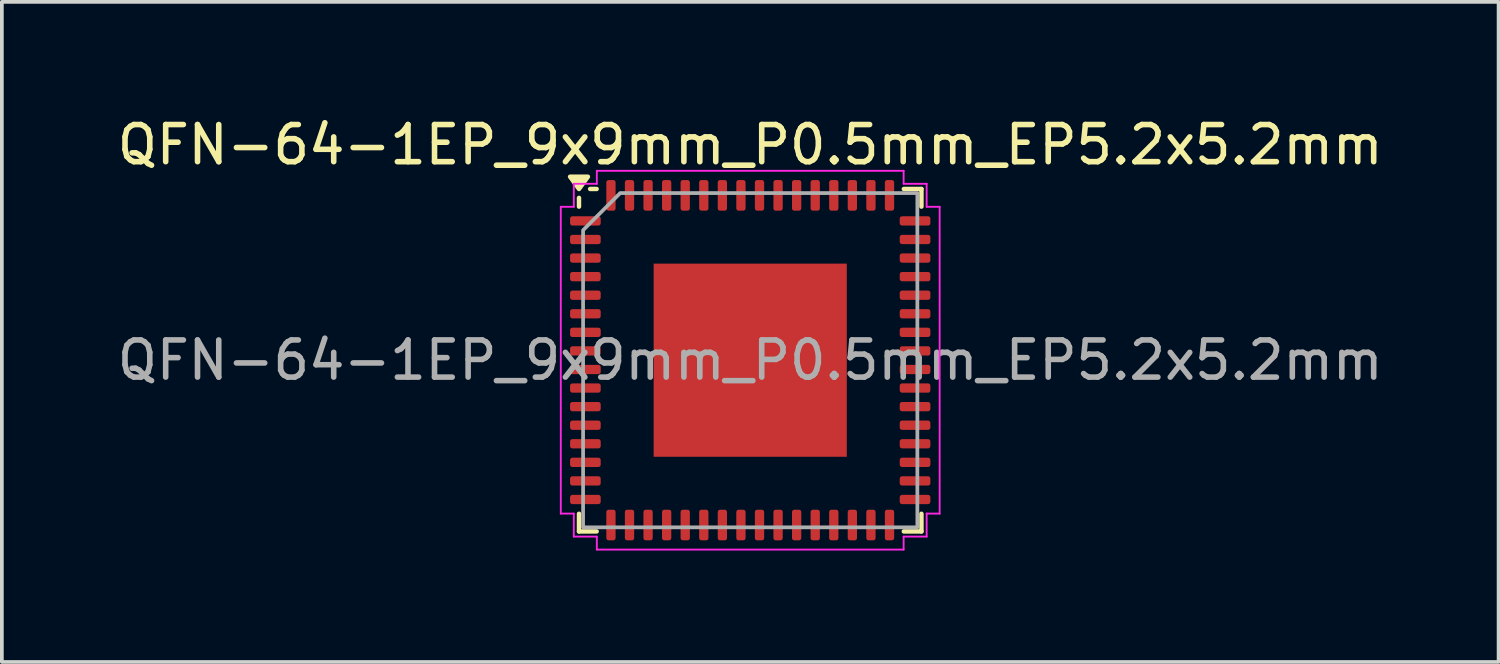
<source format=kicad_pcb>
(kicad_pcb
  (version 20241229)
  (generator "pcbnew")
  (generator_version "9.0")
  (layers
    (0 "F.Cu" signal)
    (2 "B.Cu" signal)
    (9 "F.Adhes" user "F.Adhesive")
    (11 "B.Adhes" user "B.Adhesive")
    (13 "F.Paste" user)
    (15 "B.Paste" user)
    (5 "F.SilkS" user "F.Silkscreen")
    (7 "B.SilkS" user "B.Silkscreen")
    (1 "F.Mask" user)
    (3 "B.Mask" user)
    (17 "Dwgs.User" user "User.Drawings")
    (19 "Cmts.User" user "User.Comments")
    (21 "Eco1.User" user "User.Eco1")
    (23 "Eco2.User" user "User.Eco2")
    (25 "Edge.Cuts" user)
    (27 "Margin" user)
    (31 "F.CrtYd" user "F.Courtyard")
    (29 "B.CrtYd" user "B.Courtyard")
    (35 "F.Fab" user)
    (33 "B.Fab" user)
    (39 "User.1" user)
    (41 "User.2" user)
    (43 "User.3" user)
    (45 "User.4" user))
  (footprint "QFN-64-1EP_9x9mm_P0.5mm_EP5.2x5.2mm"
    (layer "F.Cu")
    (at 17.149 6.648)
    (property "Reference" "QFN-64-1EP_9x9mm_P0.5mm_EP5.2x5.2mm" (at 0 -5.8 0) (layer "F.SilkS") (effects (font (size 1 1) (thickness 0.15))))
    (attr smd)
    (fp_line (start -4.61 -4.135) (end -4.61 -4.37) (stroke (width 0.12) (type solid)) (layer "F.SilkS"))
    (fp_line (start -4.61 4.61) (end -4.61 4.135) (stroke (width 0.12) (type solid)) (layer "F.SilkS"))
    (fp_line (start -4.135 -4.61) (end -4.31 -4.61) (stroke (width 0.12) (type solid)) (layer "F.SilkS"))
    (fp_line (start -4.135 4.61) (end -4.61 4.61) (stroke (width 0.12) (type solid)) (layer "F.SilkS"))
    (fp_line (start 4.135 -4.61) (end 4.61 -4.61) (stroke (width 0.12) (type solid)) (layer "F.SilkS"))
    (fp_line (start 4.135 4.61) (end 4.61 4.61) (stroke (width 0.12) (type solid)) (layer "F.SilkS"))
    (fp_line (start 4.61 -4.61) (end 4.61 -4.135) (stroke (width 0.12) (type solid)) (layer "F.SilkS"))
    (fp_line (start 4.61 4.61) (end 4.61 4.135) (stroke (width 0.12) (type solid)) (layer "F.SilkS"))
    (fp_poly (pts (xy -4.61 -4.61) (xy -4.85 -4.94) (xy -4.37 -4.94)) (stroke (width 0.12) (type solid)) (fill yes) (layer "F.SilkS"))
    (fp_line (start -5.1 -4.13) (end -4.75 -4.13) (stroke (width 0.05) (type solid)) (layer "F.CrtYd"))
    (fp_line (start -5.1 4.13) (end -5.1 -4.13) (stroke (width 0.05) (type solid)) (layer "F.CrtYd"))
    (fp_line (start -4.75 -4.75) (end -4.13 -4.75) (stroke (width 0.05) (type solid)) (layer "F.CrtYd"))
    (fp_line (start -4.75 -4.13) (end -4.75 -4.75) (stroke (width 0.05) (type solid)) (layer "F.CrtYd"))
    (fp_line (start -4.75 4.13) (end -5.1 4.13) (stroke (width 0.05) (type solid)) (layer "F.CrtYd"))
    (fp_line (start -4.75 4.75) (end -4.75 4.13) (stroke (width 0.05) (type solid)) (layer "F.CrtYd"))
    (fp_line (start -4.13 -5.1) (end 4.13 -5.1) (stroke (width 0.05) (type solid)) (layer "F.CrtYd"))
    (fp_line (start -4.13 -4.75) (end -4.13 -5.1) (stroke (width 0.05) (type solid)) (layer "F.CrtYd"))
    (fp_line (start -4.13 4.75) (end -4.75 4.75) (stroke (width 0.05) (type solid)) (layer "F.CrtYd"))
    (fp_line (start -4.13 5.1) (end -4.13 4.75) (stroke (width 0.05) (type solid)) (layer "F.CrtYd"))
    (fp_line (start 4.13 -5.1) (end 4.13 -4.75) (stroke (width 0.05) (type solid)) (layer "F.CrtYd"))
    (fp_line (start 4.13 -4.75) (end 4.75 -4.75) (stroke (width 0.05) (type solid)) (layer "F.CrtYd"))
    (fp_line (start 4.13 4.75) (end 4.13 5.1) (stroke (width 0.05) (type solid)) (layer "F.CrtYd"))
    (fp_line (start 4.13 5.1) (end -4.13 5.1) (stroke (width 0.05) (type solid)) (layer "F.CrtYd"))
    (fp_line (start 4.75 -4.75) (end 4.75 -4.13) (stroke (width 0.05) (type solid)) (layer "F.CrtYd"))
    (fp_line (start 4.75 -4.13) (end 5.1 -4.13) (stroke (width 0.05) (type solid)) (layer "F.CrtYd"))
    (fp_line (start 4.75 4.13) (end 4.75 4.75) (stroke (width 0.05) (type solid)) (layer "F.CrtYd"))
    (fp_line (start 4.75 4.75) (end 4.13 4.75) (stroke (width 0.05) (type solid)) (layer "F.CrtYd"))
    (fp_line (start 5.1 -4.13) (end 5.1 4.13) (stroke (width 0.05) (type solid)) (layer "F.CrtYd"))
    (fp_line (start 5.1 4.13) (end 4.75 4.13) (stroke (width 0.05) (type solid)) (layer "F.CrtYd"))
    (fp_poly (pts (xy -4.5 -3.5) (xy -4.5 4.5) (xy 4.5 4.5) (xy 4.5 -4.5) (xy -3.5 -4.5)) (stroke (width 0.1) (type solid)) (fill no) (layer "F.Fab"))
    (fp_text user "${REFERENCE}" (at 0 0 0) (layer "F.Fab") (effects (font (size 1 1) (thickness 0.15))))
    (pad "" smd roundrect (at -1.95 -1.95) (size 1.05 1.05) (layers "F.Paste") (roundrect_rratio 0.238))
    (pad "" smd roundrect (at -1.95 -0.65) (size 1.05 1.05) (layers "F.Paste") (roundrect_rratio 0.238))
    (pad "" smd roundrect (at -1.95 0.65) (size 1.05 1.05) (layers "F.Paste") (roundrect_rratio 0.238))
    (pad "" smd roundrect (at -1.95 1.95) (size 1.05 1.05) (layers "F.Paste") (roundrect_rratio 0.238))
    (pad "" smd roundrect (at -0.65 -1.95) (size 1.05 1.05) (layers "F.Paste") (roundrect_rratio 0.238))
    (pad "" smd roundrect (at -0.65 -0.65) (size 1.05 1.05) (layers "F.Paste") (roundrect_rratio 0.238))
    (pad "" smd roundrect (at -0.65 0.65) (size 1.05 1.05) (layers "F.Paste") (roundrect_rratio 0.238))
    (pad "" smd roundrect (at -0.65 1.95) (size 1.05 1.05) (layers "F.Paste") (roundrect_rratio 0.238))
    (pad "" smd roundrect (at 0.65 -1.95) (size 1.05 1.05) (layers "F.Paste") (roundrect_rratio 0.238))
    (pad "" smd roundrect (at 0.65 -0.65) (size 1.05 1.05) (layers "F.Paste") (roundrect_rratio 0.238))
    (pad "" smd roundrect (at 0.65 0.65) (size 1.05 1.05) (layers "F.Paste") (roundrect_rratio 0.238))
    (pad "" smd roundrect (at 0.65 1.95) (size 1.05 1.05) (layers "F.Paste") (roundrect_rratio 0.238))
    (pad "" smd roundrect (at 1.95 -1.95) (size 1.05 1.05) (layers "F.Paste") (roundrect_rratio 0.238))
    (pad "" smd roundrect (at 1.95 -0.65) (size 1.05 1.05) (layers "F.Paste") (roundrect_rratio 0.238))
    (pad "" smd roundrect (at 1.95 0.65) (size 1.05 1.05) (layers "F.Paste") (roundrect_rratio 0.238))
    (pad "" smd roundrect (at 1.95 1.95) (size 1.05 1.05) (layers "F.Paste") (roundrect_rratio 0.238))
    (pad "1" smd roundrect (at -4.438 -3.75) (size 0.825 0.25) (layers "F.Cu" "F.Mask" "F.Paste") (roundrect_rratio 0.25))
    (pad "2" smd roundrect (at -4.438 -3.25) (size 0.825 0.25) (layers "F.Cu" "F.Mask" "F.Paste") (roundrect_rratio 0.25))
    (pad "3" smd roundrect (at -4.438 -2.75) (size 0.825 0.25) (layers "F.Cu" "F.Mask" "F.Paste") (roundrect_rratio 0.25))
    (pad "4" smd roundrect (at -4.438 -2.25) (size 0.825 0.25) (layers "F.Cu" "F.Mask" "F.Paste") (roundrect_rratio 0.25))
    (pad "5" smd roundrect (at -4.438 -1.75) (size 0.825 0.25) (layers "F.Cu" "F.Mask" "F.Paste") (roundrect_rratio 0.25))
    (pad "6" smd roundrect (at -4.438 -1.25) (size 0.825 0.25) (layers "F.Cu" "F.Mask" "F.Paste") (roundrect_rratio 0.25))
    (pad "7" smd roundrect (at -4.438 -0.75) (size 0.825 0.25) (layers "F.Cu" "F.Mask" "F.Paste") (roundrect_rratio 0.25))
    (pad "8" smd roundrect (at -4.438 -0.25) (size 0.825 0.25) (layers "F.Cu" "F.Mask" "F.Paste") (roundrect_rratio 0.25))
    (pad "9" smd roundrect (at -4.438 0.25) (size 0.825 0.25) (layers "F.Cu" "F.Mask" "F.Paste") (roundrect_rratio 0.25))
    (pad "10" smd roundrect (at -4.438 0.75) (size 0.825 0.25) (layers "F.Cu" "F.Mask" "F.Paste") (roundrect_rratio 0.25))
    (pad "11" smd roundrect (at -4.438 1.25) (size 0.825 0.25) (layers "F.Cu" "F.Mask" "F.Paste") (roundrect_rratio 0.25))
    (pad "12" smd roundrect (at -4.438 1.75) (size 0.825 0.25) (layers "F.Cu" "F.Mask" "F.Paste") (roundrect_rratio 0.25))
    (pad "13" smd roundrect (at -4.438 2.25) (size 0.825 0.25) (layers "F.Cu" "F.Mask" "F.Paste") (roundrect_rratio 0.25))
    (pad "14" smd roundrect (at -4.438 2.75) (size 0.825 0.25) (layers "F.Cu" "F.Mask" "F.Paste") (roundrect_rratio 0.25))
    (pad "15" smd roundrect (at -4.438 3.25) (size 0.825 0.25) (layers "F.Cu" "F.Mask" "F.Paste") (roundrect_rratio 0.25))
    (pad "16" smd roundrect (at -4.438 3.75) (size 0.825 0.25) (layers "F.Cu" "F.Mask" "F.Paste") (roundrect_rratio 0.25))
    (pad "17" smd roundrect (at -3.75 4.438) (size 0.25 0.825) (layers "F.Cu" "F.Mask" "F.Paste") (roundrect_rratio 0.25))
    (pad "18" smd roundrect (at -3.25 4.438) (size 0.25 0.825) (layers "F.Cu" "F.Mask" "F.Paste") (roundrect_rratio 0.25))
    (pad "19" smd roundrect (at -2.75 4.438) (size 0.25 0.825) (layers "F.Cu" "F.Mask" "F.Paste") (roundrect_rratio 0.25))
    (pad "20" smd roundrect (at -2.25 4.438) (size 0.25 0.825) (layers "F.Cu" "F.Mask" "F.Paste") (roundrect_rratio 0.25))
    (pad "21" smd roundrect (at -1.75 4.438) (size 0.25 0.825) (layers "F.Cu" "F.Mask" "F.Paste") (roundrect_rratio 0.25))
    (pad "22" smd roundrect (at -1.25 4.438) (size 0.25 0.825) (layers "F.Cu" "F.Mask" "F.Paste") (roundrect_rratio 0.25))
    (pad "23" smd roundrect (at -0.75 4.438) (size 0.25 0.825) (layers "F.Cu" "F.Mask" "F.Paste") (roundrect_rratio 0.25))
    (pad "24" smd roundrect (at -0.25 4.438) (size 0.25 0.825) (layers "F.Cu" "F.Mask" "F.Paste") (roundrect_rratio 0.25))
    (pad "25" smd roundrect (at 0.25 4.438) (size 0.25 0.825) (layers "F.Cu" "F.Mask" "F.Paste") (roundrect_rratio 0.25))
    (pad "26" smd roundrect (at 0.75 4.438) (size 0.25 0.825) (layers "F.Cu" "F.Mask" "F.Paste") (roundrect_rratio 0.25))
    (pad "27" smd roundrect (at 1.25 4.438) (size 0.25 0.825) (layers "F.Cu" "F.Mask" "F.Paste") (roundrect_rratio 0.25))
    (pad "28" smd roundrect (at 1.75 4.438) (size 0.25 0.825) (layers "F.Cu" "F.Mask" "F.Paste") (roundrect_rratio 0.25))
    (pad "29" smd roundrect (at 2.25 4.438) (size 0.25 0.825) (layers "F.Cu" "F.Mask" "F.Paste") (roundrect_rratio 0.25))
    (pad "30" smd roundrect (at 2.75 4.438) (size 0.25 0.825) (layers "F.Cu" "F.Mask" "F.Paste") (roundrect_rratio 0.25))
    (pad "31" smd roundrect (at 3.25 4.438) (size 0.25 0.825) (layers "F.Cu" "F.Mask" "F.Paste") (roundrect_rratio 0.25))
    (pad "32" smd roundrect (at 3.75 4.438) (size 0.25 0.825) (layers "F.Cu" "F.Mask" "F.Paste") (roundrect_rratio 0.25))
    (pad "33" smd roundrect (at 4.438 3.75) (size 0.825 0.25) (layers "F.Cu" "F.Mask" "F.Paste") (roundrect_rratio 0.25))
    (pad "34" smd roundrect (at 4.438 3.25) (size 0.825 0.25) (layers "F.Cu" "F.Mask" "F.Paste") (roundrect_rratio 0.25))
    (pad "35" smd roundrect (at 4.438 2.75) (size 0.825 0.25) (layers "F.Cu" "F.Mask" "F.Paste") (roundrect_rratio 0.25))
    (pad "36" smd roundrect (at 4.438 2.25) (size 0.825 0.25) (layers "F.Cu" "F.Mask" "F.Paste") (roundrect_rratio 0.25))
    (pad "37" smd roundrect (at 4.438 1.75) (size 0.825 0.25) (layers "F.Cu" "F.Mask" "F.Paste") (roundrect_rratio 0.25))
    (pad "38" smd roundrect (at 4.438 1.25) (size 0.825 0.25) (layers "F.Cu" "F.Mask" "F.Paste") (roundrect_rratio 0.25))
    (pad "39" smd roundrect (at 4.438 0.75) (size 0.825 0.25) (layers "F.Cu" "F.Mask" "F.Paste") (roundrect_rratio 0.25))
    (pad "40" smd roundrect (at 4.438 0.25) (size 0.825 0.25) (layers "F.Cu" "F.Mask" "F.Paste") (roundrect_rratio 0.25))
    (pad "41" smd roundrect (at 4.438 -0.25) (size 0.825 0.25) (layers "F.Cu" "F.Mask" "F.Paste") (roundrect_rratio 0.25))
    (pad "42" smd roundrect (at 4.438 -0.75) (size 0.825 0.25) (layers "F.Cu" "F.Mask" "F.Paste") (roundrect_rratio 0.25))
    (pad "43" smd roundrect (at 4.438 -1.25) (size 0.825 0.25) (layers "F.Cu" "F.Mask" "F.Paste") (roundrect_rratio 0.25))
    (pad "44" smd roundrect (at 4.438 -1.75) (size 0.825 0.25) (layers "F.Cu" "F.Mask" "F.Paste") (roundrect_rratio 0.25))
    (pad "45" smd roundrect (at 4.438 -2.25) (size 0.825 0.25) (layers "F.Cu" "F.Mask" "F.Paste") (roundrect_rratio 0.25))
    (pad "46" smd roundrect (at 4.438 -2.75) (size 0.825 0.25) (layers "F.Cu" "F.Mask" "F.Paste") (roundrect_rratio 0.25))
    (pad "47" smd roundrect (at 4.438 -3.25) (size 0.825 0.25) (layers "F.Cu" "F.Mask" "F.Paste") (roundrect_rratio 0.25))
    (pad "48" smd roundrect (at 4.438 -3.75) (size 0.825 0.25) (layers "F.Cu" "F.Mask" "F.Paste") (roundrect_rratio 0.25))
    (pad "49" smd roundrect (at 3.75 -4.438) (size 0.25 0.825) (layers "F.Cu" "F.Mask" "F.Paste") (roundrect_rratio 0.25))
    (pad "50" smd roundrect (at 3.25 -4.438) (size 0.25 0.825) (layers "F.Cu" "F.Mask" "F.Paste") (roundrect_rratio 0.25))
    (pad "51" smd roundrect (at 2.75 -4.438) (size 0.25 0.825) (layers "F.Cu" "F.Mask" "F.Paste") (roundrect_rratio 0.25))
    (pad "52" smd roundrect (at 2.25 -4.438) (size 0.25 0.825) (layers "F.Cu" "F.Mask" "F.Paste") (roundrect_rratio 0.25))
    (pad "53" smd roundrect (at 1.75 -4.438) (size 0.25 0.825) (layers "F.Cu" "F.Mask" "F.Paste") (roundrect_rratio 0.25))
    (pad "54" smd roundrect (at 1.25 -4.438) (size 0.25 0.825) (layers "F.Cu" "F.Mask" "F.Paste") (roundrect_rratio 0.25))
    (pad "55" smd roundrect (at 0.75 -4.438) (size 0.25 0.825) (layers "F.Cu" "F.Mask" "F.Paste") (roundrect_rratio 0.25))
    (pad "56" smd roundrect (at 0.25 -4.438) (size 0.25 0.825) (layers "F.Cu" "F.Mask" "F.Paste") (roundrect_rratio 0.25))
    (pad "57" smd roundrect (at -0.25 -4.438) (size 0.25 0.825) (layers "F.Cu" "F.Mask" "F.Paste") (roundrect_rratio 0.25))
    (pad "58" smd roundrect (at -0.75 -4.438) (size 0.25 0.825) (layers "F.Cu" "F.Mask" "F.Paste") (roundrect_rratio 0.25))
    (pad "59" smd roundrect (at -1.25 -4.438) (size 0.25 0.825) (layers "F.Cu" "F.Mask" "F.Paste") (roundrect_rratio 0.25))
    (pad "60" smd roundrect (at -1.75 -4.438) (size 0.25 0.825) (layers "F.Cu" "F.Mask" "F.Paste") (roundrect_rratio 0.25))
    (pad "61" smd roundrect (at -2.25 -4.438) (size 0.25 0.825) (layers "F.Cu" "F.Mask" "F.Paste") (roundrect_rratio 0.25))
    (pad "62" smd roundrect (at -2.75 -4.438) (size 0.25 0.825) (layers "F.Cu" "F.Mask" "F.Paste") (roundrect_rratio 0.25))
    (pad "63" smd roundrect (at -3.25 -4.438) (size 0.25 0.825) (layers "F.Cu" "F.Mask" "F.Paste") (roundrect_rratio 0.25))
    (pad "64" smd roundrect (at -3.75 -4.438) (size 0.25 0.825) (layers "F.Cu" "F.Mask" "F.Paste") (roundrect_rratio 0.25))
    (pad "65" smd rect (at 0 0) (size 5.2 5.2) (property pad_prop_heatsink) (layers "F.Cu" "F.Mask")))
  (gr_rect
    (start -3 -3)
    (end 37.298 14.773)
    (stroke (width 0.1) (type default))
    (fill no)
    (layer "Edge.Cuts")))
</source>
